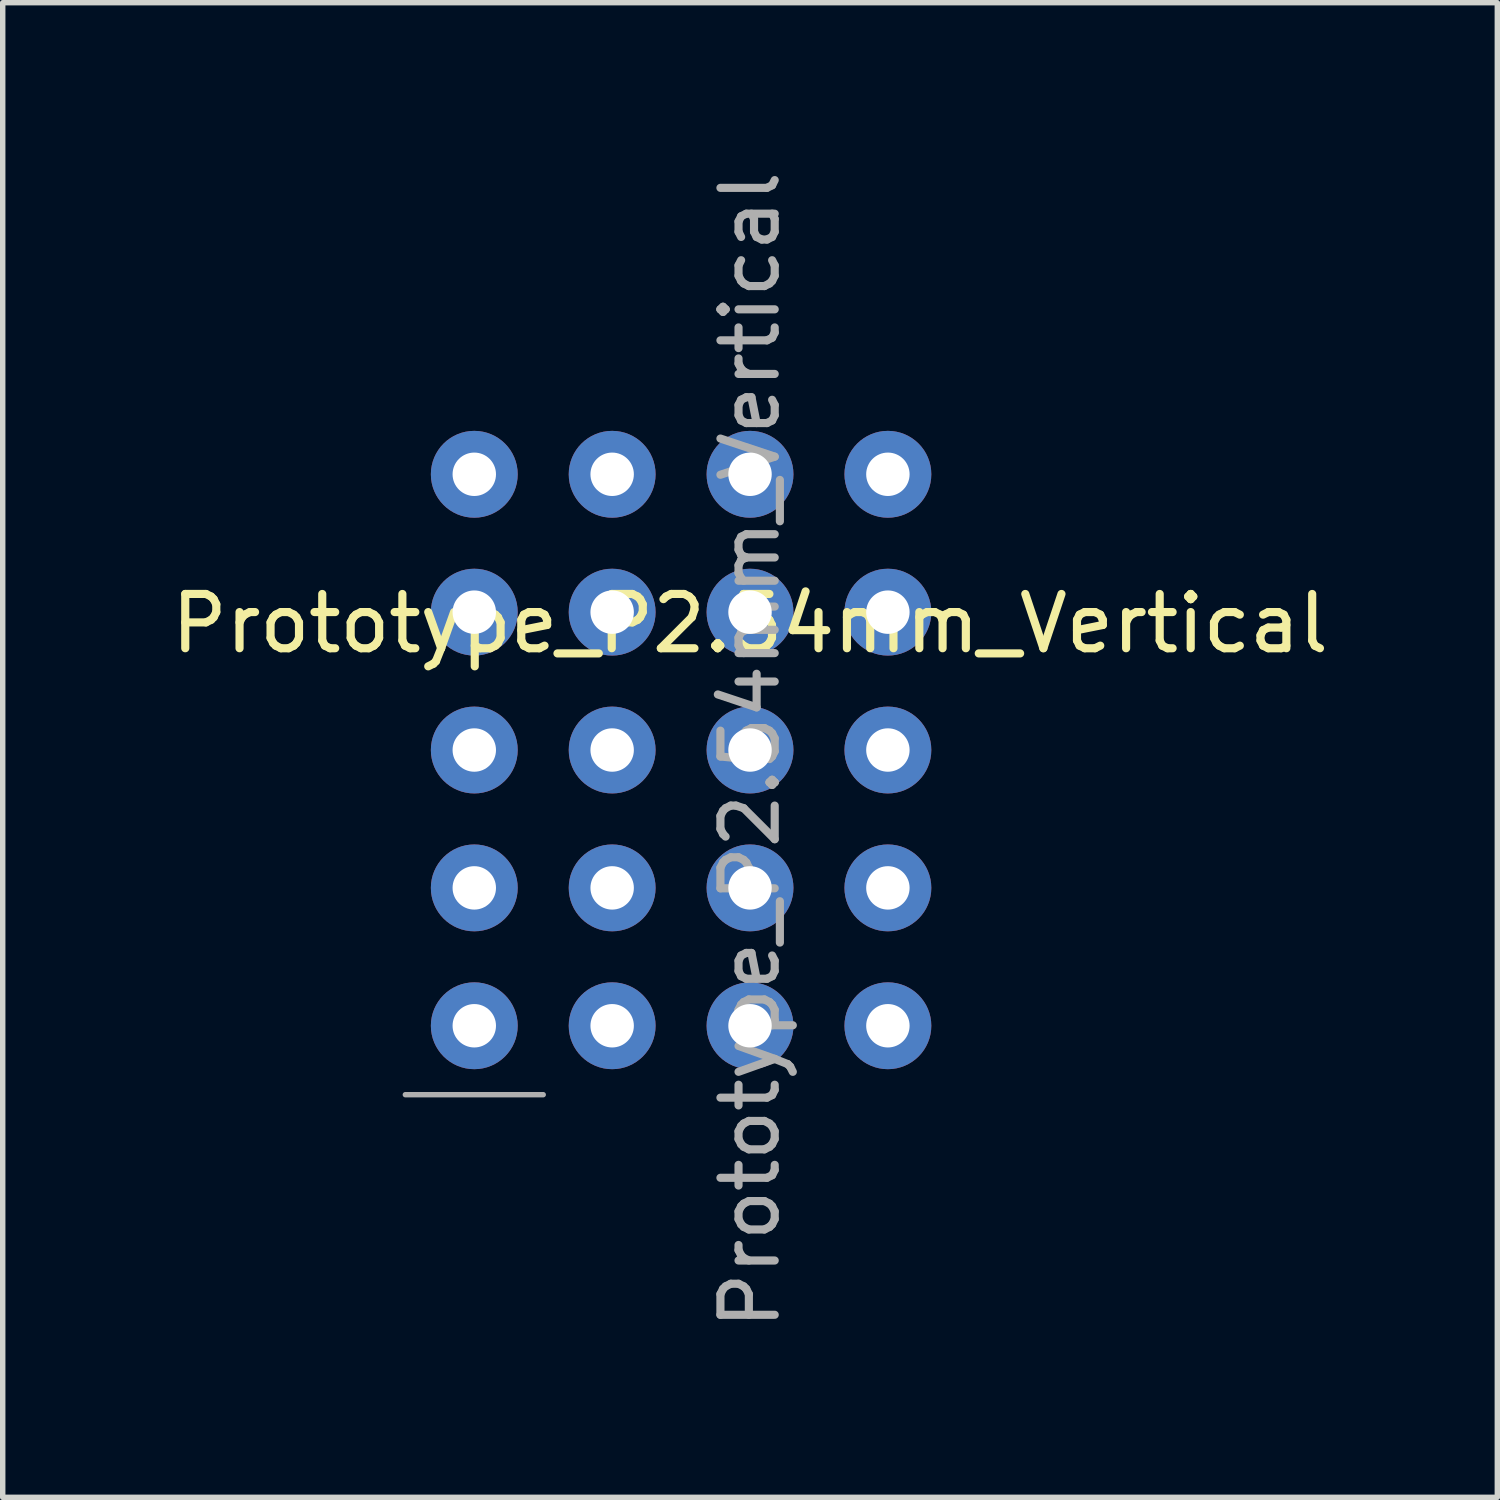
<source format=kicad_pcb>
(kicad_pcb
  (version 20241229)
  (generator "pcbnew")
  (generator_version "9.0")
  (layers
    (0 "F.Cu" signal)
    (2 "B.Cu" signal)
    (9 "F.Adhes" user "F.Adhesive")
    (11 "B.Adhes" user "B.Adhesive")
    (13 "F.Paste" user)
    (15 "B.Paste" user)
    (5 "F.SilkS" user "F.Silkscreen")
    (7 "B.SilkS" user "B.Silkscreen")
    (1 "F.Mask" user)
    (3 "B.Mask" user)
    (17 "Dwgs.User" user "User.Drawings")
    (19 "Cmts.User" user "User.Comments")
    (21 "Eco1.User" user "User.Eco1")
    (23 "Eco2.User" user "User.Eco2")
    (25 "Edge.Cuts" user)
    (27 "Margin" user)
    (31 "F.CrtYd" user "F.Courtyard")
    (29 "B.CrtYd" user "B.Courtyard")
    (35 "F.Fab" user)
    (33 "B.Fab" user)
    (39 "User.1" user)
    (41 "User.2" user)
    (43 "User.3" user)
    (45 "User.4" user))
  (footprint "Prototype_P2.54mm_Vertical"
    (layer "F.Cu")
    (at 9.498 10.768)
    (property "Reference" "Prototype_P2.54mm_Vertical" (at 1.27 -2.33 0) (layer "F.SilkS") (effects (font (size 1 1) (thickness 0.15))))
    (attr through_hole)
    (fp_line (start -5.08 6.35) (end -2.54 6.35) (stroke (width 0.1) (type solid)) (layer "F.Fab"))
    (fp_text user "${REFERENCE}" (at 1.27 0 90) (layer "F.Fab") (effects (font (size 1 1) (thickness 0.15))))
    (pad "1" thru_hole circle (at -3.81 5.08 90) (size 1.6 1.6) (drill 0.8) (layers "*.Cu" "*.Mask"))
    (pad "2" thru_hole circle (at -3.81 2.54 90) (size 1.6 1.6) (drill 0.8) (layers "*.Cu" "*.Mask"))
    (pad "3" thru_hole circle (at -3.81 0 90) (size 1.6 1.6) (drill 0.8) (layers "*.Cu" "*.Mask"))
    (pad "4" thru_hole circle (at -3.81 -2.54 90) (size 1.6 1.6) (drill 0.8) (layers "*.Cu" "*.Mask"))
    (pad "5" thru_hole circle (at -3.81 -5.08 90) (size 1.6 1.6) (drill 0.8) (layers "*.Cu" "*.Mask"))
    (pad "6" thru_hole circle (at -1.27 5.08 90) (size 1.6 1.6) (drill 0.8) (layers "*.Cu" "*.Mask"))
    (pad "7" thru_hole circle (at -1.27 2.54 90) (size 1.6 1.6) (drill 0.8) (layers "*.Cu" "*.Mask"))
    (pad "8" thru_hole circle (at -1.27 0 90) (size 1.6 1.6) (drill 0.8) (layers "*.Cu" "*.Mask"))
    (pad "9" thru_hole circle (at -1.27 -2.54 90) (size 1.6 1.6) (drill 0.8) (layers "*.Cu" "*.Mask"))
    (pad "10" thru_hole circle (at -1.27 -5.08 90) (size 1.6 1.6) (drill 0.8) (layers "*.Cu" "*.Mask"))
    (pad "11" thru_hole circle (at 1.27 5.08 90) (size 1.6 1.6) (drill 0.8) (layers "*.Cu" "*.Mask"))
    (pad "12" thru_hole circle (at 1.27 2.54 90) (size 1.6 1.6) (drill 0.8) (layers "*.Cu" "*.Mask"))
    (pad "13" thru_hole circle (at 1.27 0 90) (size 1.6 1.6) (drill 0.8) (layers "*.Cu" "*.Mask"))
    (pad "14" thru_hole circle (at 1.27 -2.54 90) (size 1.6 1.6) (drill 0.8) (layers "*.Cu" "*.Mask"))
    (pad "15" thru_hole circle (at 1.27 -5.08 90) (size 1.6 1.6) (drill 0.8) (layers "*.Cu" "*.Mask"))
    (pad "16" thru_hole circle (at 3.81 5.08 90) (size 1.6 1.6) (drill 0.8) (layers "*.Cu" "*.Mask"))
    (pad "17" thru_hole circle (at 3.81 2.54 90) (size 1.6 1.6) (drill 0.8) (layers "*.Cu" "*.Mask"))
    (pad "18" thru_hole circle (at 3.81 0 90) (size 1.6 1.6) (drill 0.8) (layers "*.Cu" "*.Mask"))
    (pad "19" thru_hole circle (at 3.81 -2.54 90) (size 1.6 1.6) (drill 0.8) (layers "*.Cu" "*.Mask"))
    (pad "20" thru_hole circle (at 3.81 -5.08 90) (size 1.6 1.6) (drill 0.8) (layers "*.Cu" "*.Mask")))
  (gr_rect
    (start -3 -3)
    (end 24.536 24.536)
    (stroke (width 0.1) (type default))
    (fill no)
    (layer "Edge.Cuts")))
</source>
